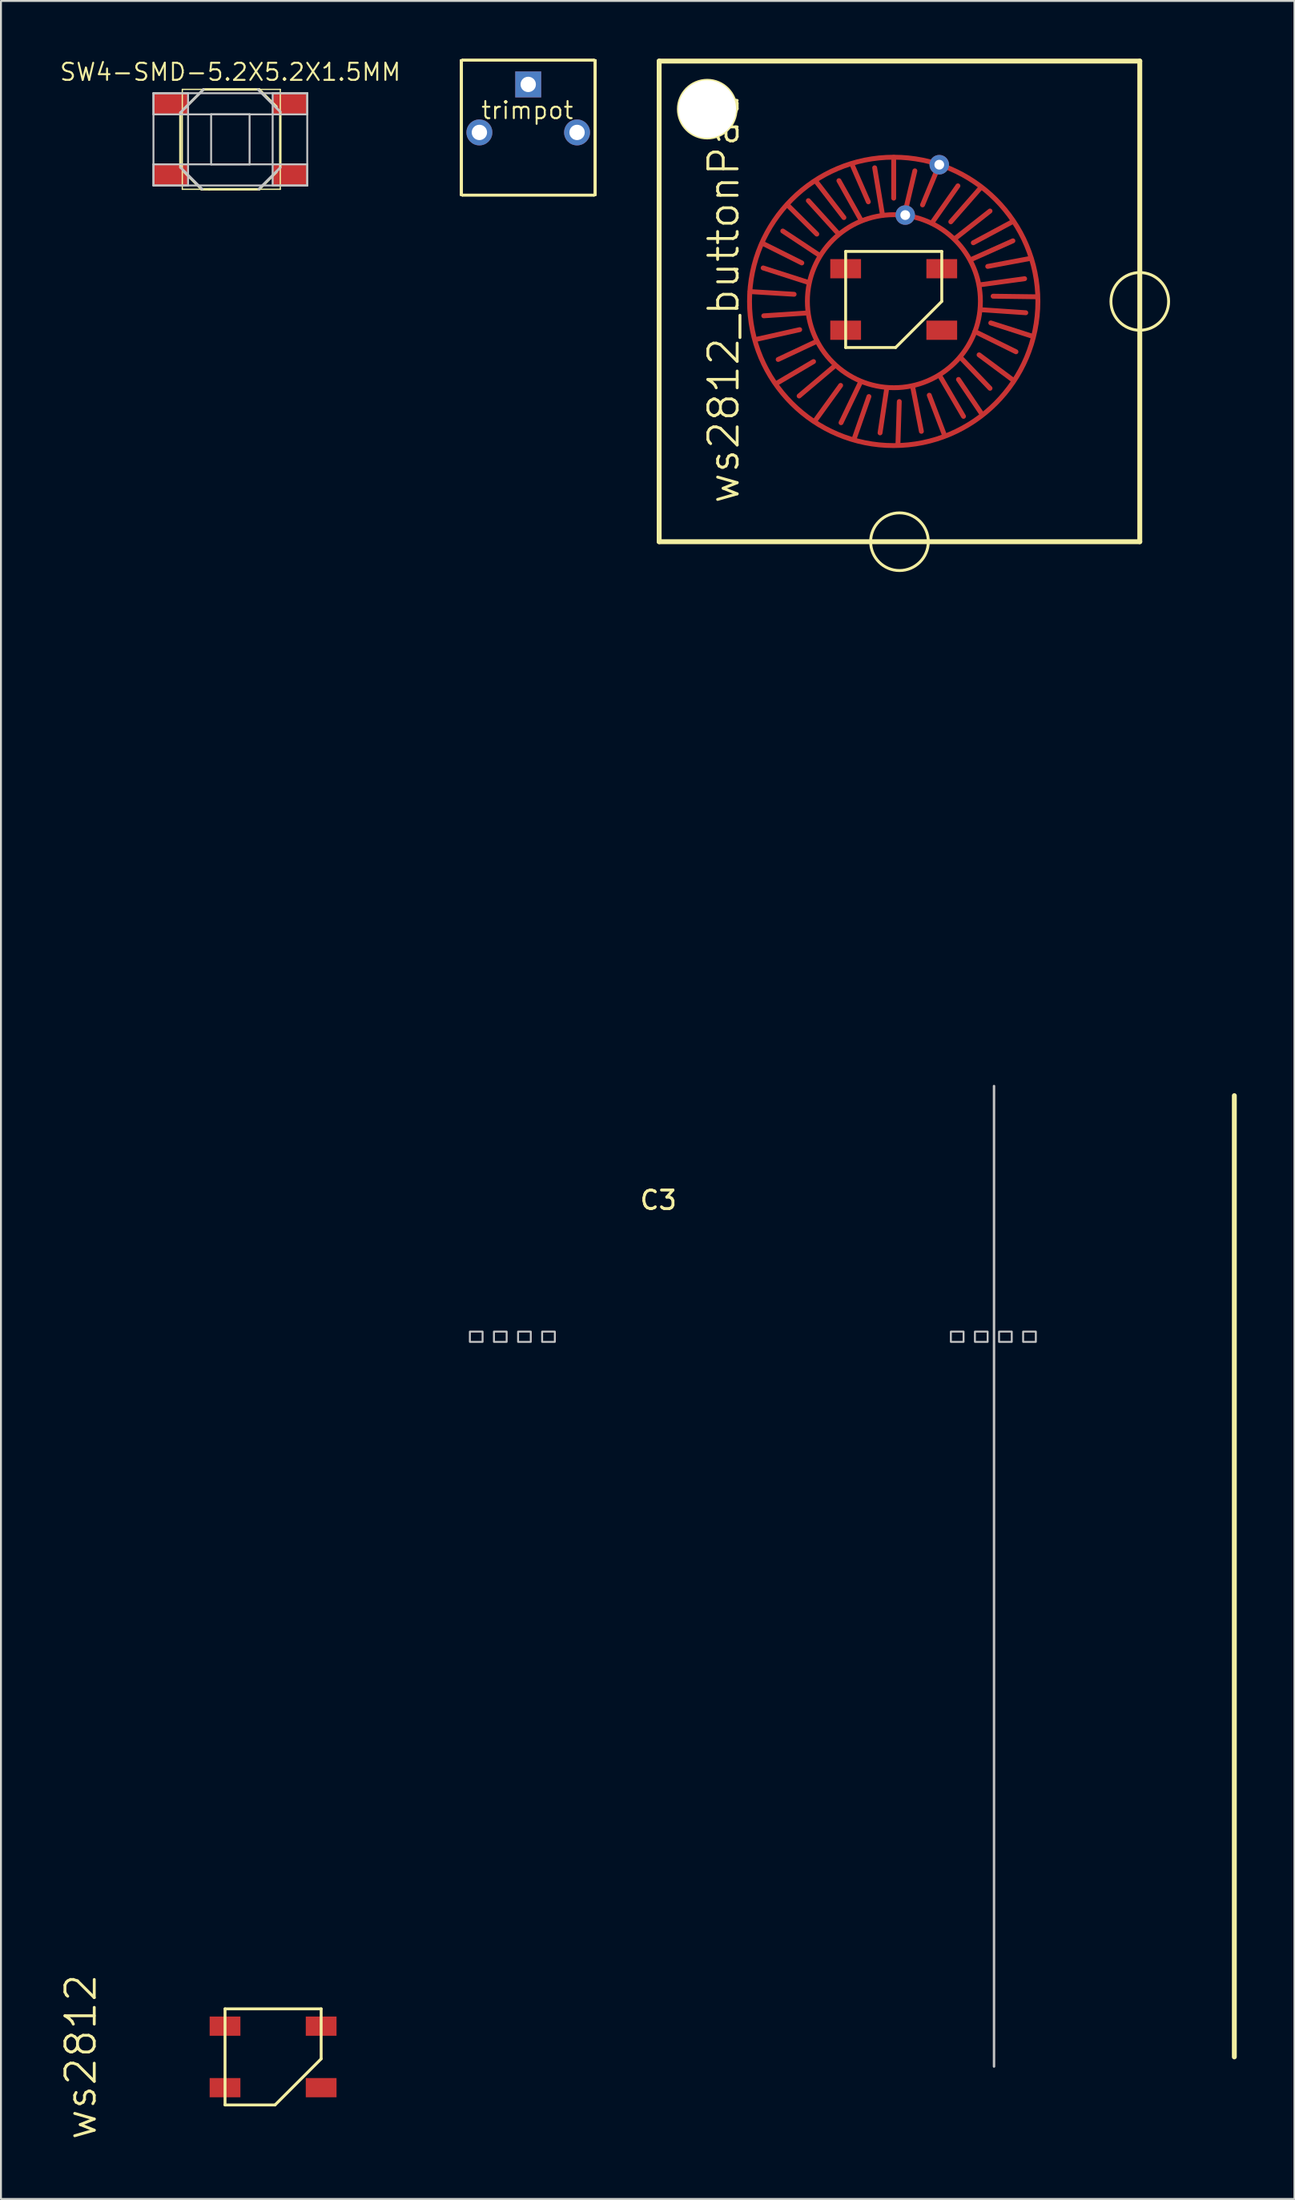
<source format=kicad_pcb>
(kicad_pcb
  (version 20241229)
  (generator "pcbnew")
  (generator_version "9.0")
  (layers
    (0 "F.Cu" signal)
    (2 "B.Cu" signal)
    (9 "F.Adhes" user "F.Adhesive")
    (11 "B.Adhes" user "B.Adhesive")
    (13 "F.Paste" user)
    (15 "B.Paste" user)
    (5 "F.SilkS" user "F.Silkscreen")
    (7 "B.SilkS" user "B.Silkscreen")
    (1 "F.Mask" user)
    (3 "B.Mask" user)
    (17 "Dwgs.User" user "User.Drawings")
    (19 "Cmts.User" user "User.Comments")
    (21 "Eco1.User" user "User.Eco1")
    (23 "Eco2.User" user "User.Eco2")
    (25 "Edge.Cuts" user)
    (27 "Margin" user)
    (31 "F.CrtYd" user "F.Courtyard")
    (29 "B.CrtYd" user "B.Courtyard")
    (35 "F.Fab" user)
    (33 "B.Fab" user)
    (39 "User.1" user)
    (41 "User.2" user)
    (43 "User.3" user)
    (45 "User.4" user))
  (footprint "ws2812_buttonPad"
    (layer "F.Cu")
    (at 31.237 50.127)
    (property "Reference" "ws2812_buttonPad" (at 3.36 -37.65 90) (layer "F.SilkS") (effects (font (size 1.524 1.524) (thickness 0.15))))
    (attr through_hole)
    (fp_line (start 4.73 -38.01) (end 7.02 -37.87) (stroke (width 0.254) (type solid)) (layer "F.Cu"))
    (fp_line (start 5.36 -40.53) (end 7.42 -39.5) (stroke (width 0.254) (type solid)) (layer "F.Cu"))
    (fp_line (start 5.41 -39.24) (end 7.78 -38.48) (stroke (width 0.254) (type solid)) (layer "F.Cu"))
    (fp_line (start 5.44 -36.75) (end 7.74 -36.9) (stroke (width 0.254) (type solid)) (layer "F.Cu"))
    (fp_line (start 6.08 -33.22) (end 8.03 -34.37) (stroke (width 0.254) (type solid)) (layer "F.Cu"))
    (fp_line (start 6.19 -34.48) (end 8.19 -35.42) (stroke (width 0.254) (type solid)) (layer "F.Cu"))
    (fp_line (start 6.43 -41.16) (end 8.29 -39.93) (stroke (width 0.254) (type solid)) (layer "F.Cu"))
    (fp_line (start 6.68 -42.51) (end 8.2 -41) (stroke (width 0.254) (type solid)) (layer "F.Cu"))
    (fp_line (start 7.31 -36.03) (end 5.03 -35.52) (stroke (width 0.254) (type solid)) (layer "F.Cu"))
    (fp_line (start 7.76 -42.74) (end 9.32 -41.02) (stroke (width 0.254) (type solid)) (layer "F.Cu"))
    (fp_line (start 8.16 -43.74) (end 9.61 -41.86) (stroke (width 0.254) (type solid)) (layer "F.Cu"))
    (fp_line (start 9.15 -34.16) (end 7.28 -32.58) (stroke (width 0.254) (type solid)) (layer "F.Cu"))
    (fp_line (start 9.35 -43.78) (end 10.46 -41.8) (stroke (width 0.254) (type solid)) (layer "F.Cu"))
    (fp_line (start 9.44 -33.13) (end 8.1 -31.28) (stroke (width 0.254) (type solid)) (layer "F.Cu"))
    (fp_line (start 9.46 -31.19) (end 10.45 -33.25) (stroke (width 0.254) (type solid)) (layer "F.Cu"))
    (fp_line (start 10.88 -42.68) (end 10.02 -44.65) (stroke (width 0.254) (type solid)) (layer "F.Cu"))
    (fp_line (start 10.91 -32.55) (end 10.15 -30.37) (stroke (width 0.254) (type solid)) (layer "F.Cu"))
    (fp_line (start 11.49 -30.66) (end 11.84 -32.99) (stroke (width 0.254) (type solid)) (layer "F.Cu"))
    (fp_line (start 11.62 -41.98) (end 11.21 -44.45) (stroke (width 0.254) (type solid)) (layer "F.Cu"))
    (fp_line (start 12.2 -42.87) (end 12.2 -44.99) (stroke (width 0.254) (type solid)) (layer "F.Cu"))
    (fp_line (start 12.49 -32.29) (end 12.42 -30.06) (stroke (width 0.254) (type solid)) (layer "F.Cu"))
    (fp_line (start 12.76 -42.01) (end 13.3 -44.29) (stroke (width 0.254) (type solid)) (layer "F.Cu"))
    (fp_line (start 13.64 -30.74) (end 13.18 -33.09) (stroke (width 0.254) (type solid)) (layer "F.Cu"))
    (fp_line (start 13.7 -42.52) (end 14.54 -44.54) (stroke (width 0.254) (type solid)) (layer "F.Cu"))
    (fp_line (start 14.05 -32.62) (end 14.83 -30.57) (stroke (width 0.254) (type solid)) (layer "F.Cu"))
    (fp_line (start 14.2 -41.6) (end 15.54 -43.51) (stroke (width 0.254) (type solid)) (layer "F.Cu"))
    (fp_line (start 15.39 -40.77) (end 17.21 -42.2) (stroke (width 0.254) (type solid)) (layer "F.Cu"))
    (fp_line (start 15.57 -33.44) (end 16.77 -31.66) (stroke (width 0.254) (type solid)) (layer "F.Cu"))
    (fp_line (start 15.66 -34.6) (end 17.21 -32.98) (stroke (width 0.254) (type solid)) (layer "F.Cu"))
    (fp_line (start 15.83 -31.52) (end 14.58 -33.66) (stroke (width 0.254) (type solid)) (layer "F.Cu"))
    (fp_line (start 16.23 -39.68) (end 18.4 -40.65) (stroke (width 0.254) (type solid)) (layer "F.Cu"))
    (fp_line (start 16.34 -40.55) (end 18.37 -41.64) (stroke (width 0.254) (type solid)) (layer "F.Cu"))
    (fp_line (start 16.43 -35.93) (end 18.56 -34.88) (stroke (width 0.254) (type solid)) (layer "F.Cu"))
    (fp_line (start 16.64 -34.72) (end 18.39 -33.42) (stroke (width 0.254) (type solid)) (layer "F.Cu"))
    (fp_line (start 16.67 -38.36) (end 19.01 -38.68) (stroke (width 0.254) (type solid)) (layer "F.Cu"))
    (fp_line (start 16.71 -37.07) (end 19.07 -36.91) (stroke (width 0.254) (type solid)) (layer "F.Cu"))
    (fp_line (start 16.73 -43.42) (end 15.17 -41.64) (stroke (width 0.254) (type solid)) (layer "F.Cu"))
    (fp_line (start 17.09 -39.32) (end 19.33 -39.74) (stroke (width 0.254) (type solid)) (layer "F.Cu"))
    (fp_line (start 17.25 -36.38) (end 19.37 -35.7) (stroke (width 0.254) (type solid)) (layer "F.Cu"))
    (fp_line (start 17.37 -37.77) (end 19.66 -37.74) (stroke (width 0.254) (type solid)) (layer "F.Cu"))
    (fp_circle (center 12.2 -37.5) (end 19.7 -37.5) (stroke (width 0.254) (type solid)) (fill no) (layer "F.Cu"))
    (fp_circle (center 12.21 -37.51) (end 16.71 -37.51) (stroke (width 0.254) (type solid)) (fill no) (layer "F.Cu"))
    (fp_circle (center 12.2 -37.5) (end 18.224 -37.529) (stroke (width 3) (type solid)) (fill no) (layer "F.Mask"))
    (fp_circle (center 12.2 -37.5) (end 18.224 -37.529) (stroke (width 3) (type solid)) (fill no) (layer "F.Mask"))
    (fp_line (start 0 -50) (end 25 -50) (stroke (width 0.254) (type solid)) (layer "F.SilkS"))
    (fp_line (start 0 -25) (end 0 -50) (stroke (width 0.254) (type solid)) (layer "F.SilkS"))
    (fp_line (start 9.7 -40.1) (end 9.7 -35.1) (stroke (width 0.15) (type solid)) (layer "F.SilkS"))
    (fp_line (start 9.7 -35.1) (end 12.3 -35.1) (stroke (width 0.15) (type solid)) (layer "F.SilkS"))
    (fp_line (start 12.3 -35.1) (end 14.7 -37.5) (stroke (width 0.15) (type solid)) (layer "F.SilkS"))
    (fp_line (start 14.7 -40.1) (end 9.7 -40.1) (stroke (width 0.15) (type solid)) (layer "F.SilkS"))
    (fp_line (start 14.7 -37.5) (end 14.7 -40.1) (stroke (width 0.15) (type solid)) (layer "F.SilkS"))
    (fp_line (start 25 -50) (end 25 -25) (stroke (width 0.254) (type solid)) (layer "F.SilkS"))
    (fp_line (start 25 -25) (end 0 -25) (stroke (width 0.254) (type solid)) (layer "F.SilkS"))
    (fp_circle (center 2.5 -47.5) (end 2.5 -46) (stroke (width 0.15) (type solid)) (fill no) (layer "F.SilkS"))
    (fp_circle (center 12.5 -25) (end 12.5 -23.5) (stroke (width 0.15) (type solid)) (fill no) (layer "F.SilkS"))
    (fp_circle (center 25 -37.5) (end 26.5 -37.5) (stroke (width 0.15) (type solid)) (fill no) (layer "F.SilkS"))
    (pad "1" smd rect (at 9.7 -39.2) (size 1.6 1) (layers "F.Cu" "F.Mask" "F.Paste"))
    (pad "2" smd rect (at 9.7 -36) (size 1.6 1) (layers "F.Cu" "F.Mask" "F.Paste"))
    (pad "3" smd rect (at 14.7 -36) (size 1.6 1) (layers "F.Cu" "F.Mask" "F.Paste"))
    (pad "4" smd rect (at 14.7 -39.2) (size 1.6 1) (layers "F.Cu" "F.Mask" "F.Paste"))
    (pad "5" thru_hole circle (at 14.57 -44.61) (size 1.016 1.016) (drill 0.508) (layers "*.Cu" "*.Mask"))
    (pad "6" thru_hole circle (at 12.8 -41.99) (size 1.016 1.016) (drill 0.508) (layers "*.Cu" "*.Mask"))
    (pad "~" thru_hole circle (at 2.5 -47.5) (size 3 3) (drill 3) (layers "*.Cu")))
  (footprint "trimpot"
    (layer "F.Cu")
    (at 24.426 1.339)
    (property "Reference" "trimpot" (at -0.05 1.35 0) (layer "F.SilkS") (effects (font (size 0.889 0.889) (thickness 0.102))))
    (attr exclude_from_pos_files exclude_from_bom)
    (fp_line (start -3.498 -1.248) (end 3.498 -1.248) (stroke (width 0.127) (type solid)) (layer "F.SilkS"))
    (fp_line (start -3.498 5.748) (end -3.498 -1.248) (stroke (width 0.127) (type solid)) (layer "F.SilkS"))
    (fp_line (start -3.429 -1.306) (end 3.429 -1.306) (stroke (width 0.066) (type solid)) (layer "F.SilkS"))
    (fp_line (start -3.429 5.806) (end -3.429 -1.306) (stroke (width 0.066) (type solid)) (layer "F.SilkS"))
    (fp_line (start -3.429 5.806) (end 3.429 5.806) (stroke (width 0.066) (type solid)) (layer "F.SilkS"))
    (fp_line (start 3.429 5.806) (end 3.429 -1.306) (stroke (width 0.066) (type solid)) (layer "F.SilkS"))
    (fp_line (start 3.498 -1.248) (end 3.498 5.748) (stroke (width 0.127) (type solid)) (layer "F.SilkS"))
    (fp_line (start 3.498 5.748) (end -3.498 5.748) (stroke (width 0.127) (type solid)) (layer "F.SilkS"))
    (pad "1" thru_hole circle (at -2.54 2.499) (size 1.349 1.349) (drill 0.798) (layers "*.Cu" "*.Paste" "*.Mask"))
    (pad "2" thru_hole rect (at 0 0.002) (size 1.349 1.349) (drill 0.798) (layers "*.Cu" "*.Paste" "*.Mask"))
    (pad "3" thru_hole circle (at 2.54 2.499) (size 1.349 1.349) (drill 0.798) (layers "*.Cu" "*.Paste" "*.Mask")))
  (footprint "ws2812"
    (layer "F.Cu")
    (at 11.155 103.941)
    (property "Reference" "ws2812" (at -10 0 90) (layer "F.SilkS") (effects (font (size 1.524 1.524) (thickness 0.15))))
    (attr through_hole)
    (fp_line (start -2.5 -2.5) (end -2.5 2.5) (stroke (width 0.15) (type solid)) (layer "F.SilkS"))
    (fp_line (start -2.5 2.5) (end 0.1 2.5) (stroke (width 0.15) (type solid)) (layer "F.SilkS"))
    (fp_line (start 0.1 2.5) (end 2.5 0.1) (stroke (width 0.15) (type solid)) (layer "F.SilkS"))
    (fp_line (start 2.5 -2.5) (end -2.5 -2.5) (stroke (width 0.15) (type solid)) (layer "F.SilkS"))
    (fp_line (start 2.5 0.1) (end 2.5 -2.5) (stroke (width 0.15) (type solid)) (layer "F.SilkS"))
    (fp_line (start 50 -50) (end 50 0) (stroke (width 0.254) (type solid)) (layer "F.SilkS"))
    (fp_line (start 37.5 0.5) (end 37.5 -50.5) (stroke (width 0.127) (type solid)) (layer "Dwgs.User"))
    (fp_poly (pts (xy 10.236 -37.193) (xy 10.897 -37.193) (xy 10.897 -37.727) (xy 10.236 -37.727)) (stroke (width 0.1) (type solid)) (fill no) (layer "Dwgs.User"))
    (fp_poly (pts (xy 11.488 -37.193) (xy 12.149 -37.193) (xy 12.149 -37.727) (xy 11.488 -37.727)) (stroke (width 0.1) (type solid)) (fill no) (layer "Dwgs.User"))
    (fp_poly (pts (xy 12.743 -37.193) (xy 13.404 -37.193) (xy 13.404 -37.727) (xy 12.743 -37.727)) (stroke (width 0.1) (type solid)) (fill no) (layer "Dwgs.User"))
    (fp_poly (pts (xy 13.995 -37.193) (xy 14.656 -37.193) (xy 14.656 -37.727) (xy 13.995 -37.727)) (stroke (width 0.1) (type solid)) (fill no) (layer "Dwgs.User"))
    (fp_poly (pts (xy 35.255 -37.193) (xy 35.916 -37.193) (xy 35.916 -37.727) (xy 35.255 -37.727)) (stroke (width 0.1) (type solid)) (fill no) (layer "Dwgs.User"))
    (fp_poly (pts (xy 36.507 -37.193) (xy 37.168 -37.193) (xy 37.168 -37.727) (xy 36.507 -37.727)) (stroke (width 0.1) (type solid)) (fill no) (layer "Dwgs.User"))
    (fp_poly (pts (xy 37.762 -37.193) (xy 38.423 -37.193) (xy 38.423 -37.727) (xy 37.762 -37.727)) (stroke (width 0.1) (type solid)) (fill no) (layer "Dwgs.User"))
    (fp_poly (pts (xy 39.014 -37.193) (xy 39.675 -37.193) (xy 39.675 -37.727) (xy 39.014 -37.727)) (stroke (width 0.1) (type solid)) (fill no) (layer "Dwgs.User"))
    (fp_text user "C3" (at 19 -44 0) (layer "F.SilkS") (effects (font (size 0.965 0.965) (thickness 0.152)) (justify left bottom)))
    (pad "1" smd rect (at -2.5 -1.6) (size 1.6 1) (layers "F.Cu" "F.Mask" "F.Paste"))
    (pad "2" smd rect (at -2.5 1.6) (size 1.6 1) (layers "F.Cu" "F.Mask" "F.Paste"))
    (pad "3" smd rect (at 2.5 1.6) (size 1.6 1) (layers "F.Cu" "F.Mask" "F.Paste"))
    (pad "4" smd rect (at 2.5 -1.6) (size 1.6 1) (layers "F.Cu" "F.Mask" "F.Paste")))
  (footprint "SW4-SMD-5.2X5.2X1.5MM"
    (layer "F.Cu")
    (at 8.932 4.198)
    (property "Reference" "SW4-SMD-5.2X5.2X1.5MM" (at 0 -3.5 0) (layer "F.SilkS") (effects (font (size 0.889 0.889) (thickness 0.102))))
    (attr smd)
    (fp_line (start -2.598 1.458) (end -2.598 -1.394) (stroke (width 0.127) (type solid)) (layer "F.SilkS"))
    (fp_line (start -2.499 -2.598) (end 2.598 -2.598) (stroke (width 0.066) (type solid)) (layer "F.SilkS"))
    (fp_line (start -2.499 2.598) (end -2.499 -2.598) (stroke (width 0.066) (type solid)) (layer "F.SilkS"))
    (fp_line (start -2.499 2.598) (end 2.598 2.598) (stroke (width 0.066) (type solid)) (layer "F.SilkS"))
    (fp_line (start -1.499 2.598) (end -2.398 1.699) (stroke (width 0.127) (type solid)) (layer "F.SilkS"))
    (fp_line (start -1.458 2.598) (end -1.499 2.598) (stroke (width 0.127) (type solid)) (layer "F.SilkS"))
    (fp_line (start -1.4 -2.598) (end -2.398 -1.598) (stroke (width 0.127) (type solid)) (layer "F.SilkS"))
    (fp_line (start -1.4 -2.598) (end 1.499 -2.598) (stroke (width 0.127) (type solid)) (layer "F.SilkS"))
    (fp_line (start -1.1 2.598) (end -1.458 2.598) (stroke (width 0.127) (type solid)) (layer "F.SilkS"))
    (fp_line (start 1.499 -2.598) (end 2.398 -1.699) (stroke (width 0.127) (type solid)) (layer "F.SilkS"))
    (fp_line (start 1.499 2.598) (end -1.1 2.598) (stroke (width 0.127) (type solid)) (layer "F.SilkS"))
    (fp_line (start 1.499 2.598) (end 2.398 1.699) (stroke (width 0.127) (type solid)) (layer "F.SilkS"))
    (fp_line (start 2.598 -1.433) (end 2.598 1.468) (stroke (width 0.127) (type solid)) (layer "F.SilkS"))
    (fp_line (start 2.598 2.598) (end 2.598 -2.598) (stroke (width 0.066) (type solid)) (layer "F.SilkS"))
    (fp_line (start -4 -2.4) (end -4 -1.3) (stroke (width 0.1) (type solid)) (layer "Dwgs.User"))
    (fp_line (start -4 -2.4) (end -4 2.4) (stroke (width 0.1) (type solid)) (layer "Dwgs.User"))
    (fp_line (start -4 -1.3) (end -2.2 -1.3) (stroke (width 0.1) (type solid)) (layer "Dwgs.User"))
    (fp_line (start -4 1.3) (end -4 2.4) (stroke (width 0.1) (type solid)) (layer "Dwgs.User"))
    (fp_line (start -4 2.4) (end -2.2 2.4) (stroke (width 0.1) (type solid)) (layer "Dwgs.User"))
    (fp_line (start -4 2.4) (end 4 2.4) (stroke (width 0.1) (type solid)) (layer "Dwgs.User"))
    (fp_line (start -2.598 -1.394) (end -1.394 -2.598) (stroke (width 0.127) (type solid)) (layer "Dwgs.User"))
    (fp_line (start -2.2 -2.4) (end -4 -2.4) (stroke (width 0.1) (type solid)) (layer "Dwgs.User"))
    (fp_line (start -2.2 -1.3) (end -2.2 -2.4) (stroke (width 0.1) (type solid)) (layer "Dwgs.User"))
    (fp_line (start -2.2 -1.3) (end -2.2 1.3) (stroke (width 0.1) (type solid)) (layer "Dwgs.User"))
    (fp_line (start -2.2 1.3) (end -4 1.3) (stroke (width 0.1) (type solid)) (layer "Dwgs.User"))
    (fp_line (start -2.2 1.3) (end 2.2 1.3) (stroke (width 0.1) (type solid)) (layer "Dwgs.User"))
    (fp_line (start -2.2 2.4) (end -2.2 1.3) (stroke (width 0.1) (type solid)) (layer "Dwgs.User"))
    (fp_line (start -1.458 2.598) (end -2.598 1.458) (stroke (width 0.127) (type solid)) (layer "Dwgs.User"))
    (fp_line (start -1 -1.3) (end -1 1.3) (stroke (width 0.1) (type solid)) (layer "Dwgs.User"))
    (fp_line (start -1 1.3) (end 1 1.3) (stroke (width 0.1) (type solid)) (layer "Dwgs.User"))
    (fp_line (start 1 -1.3) (end -1 -1.3) (stroke (width 0.1) (type solid)) (layer "Dwgs.User"))
    (fp_line (start 1 1.3) (end 1 -1.3) (stroke (width 0.1) (type solid)) (layer "Dwgs.User"))
    (fp_line (start 1.433 -2.598) (end 2.598 -1.433) (stroke (width 0.127) (type solid)) (layer "Dwgs.User"))
    (fp_line (start 2.2 -2.4) (end 2.2 -1.3) (stroke (width 0.1) (type solid)) (layer "Dwgs.User"))
    (fp_line (start 2.2 -1.3) (end -2.2 -1.3) (stroke (width 0.1) (type solid)) (layer "Dwgs.User"))
    (fp_line (start 2.2 -1.3) (end 4 -1.3) (stroke (width 0.1) (type solid)) (layer "Dwgs.User"))
    (fp_line (start 2.2 1.3) (end 2.2 -1.3) (stroke (width 0.1) (type solid)) (layer "Dwgs.User"))
    (fp_line (start 2.2 1.3) (end 2.2 2.4) (stroke (width 0.1) (type solid)) (layer "Dwgs.User"))
    (fp_line (start 2.2 2.4) (end 4 2.4) (stroke (width 0.1) (type solid)) (layer "Dwgs.User"))
    (fp_line (start 2.598 1.468) (end 1.468 2.598) (stroke (width 0.127) (type solid)) (layer "Dwgs.User"))
    (fp_line (start 4 -2.4) (end -4 -2.4) (stroke (width 0.1) (type solid)) (layer "Dwgs.User"))
    (fp_line (start 4 -2.4) (end 2.2 -2.4) (stroke (width 0.1) (type solid)) (layer "Dwgs.User"))
    (fp_line (start 4 -1.3) (end 4 -2.4) (stroke (width 0.1) (type solid)) (layer "Dwgs.User"))
    (fp_line (start 4 1.3) (end 2.2 1.3) (stroke (width 0.1) (type solid)) (layer "Dwgs.User"))
    (fp_line (start 4 2.4) (end 4 -2.4) (stroke (width 0.1) (type solid)) (layer "Dwgs.User"))
    (fp_line (start 4 2.4) (end 4 1.3) (stroke (width 0.1) (type solid)) (layer "Dwgs.User"))
    (pad "1" smd rect (at -3.1 -1.85) (size 1.8 1.1) (layers "F.Cu" "F.Mask" "F.Paste"))
    (pad "1" smd rect (at 3.1 -1.85) (size 1.8 1.1) (layers "F.Cu" "F.Mask" "F.Paste"))
    (pad "2" smd rect (at -3.1 1.85) (size 1.8 1.1) (layers "F.Cu" "F.Mask" "F.Paste"))
    (pad "2" smd rect (at 3.1 1.85) (size 1.8 1.1) (layers "F.Cu" "F.Mask" "F.Paste")))
  (gr_rect
    (start -3 -3)
    (end 64.282 111.331)
    (stroke (width 0.1) (type default))
    (fill no)
    (layer "Edge.Cuts")))
</source>
